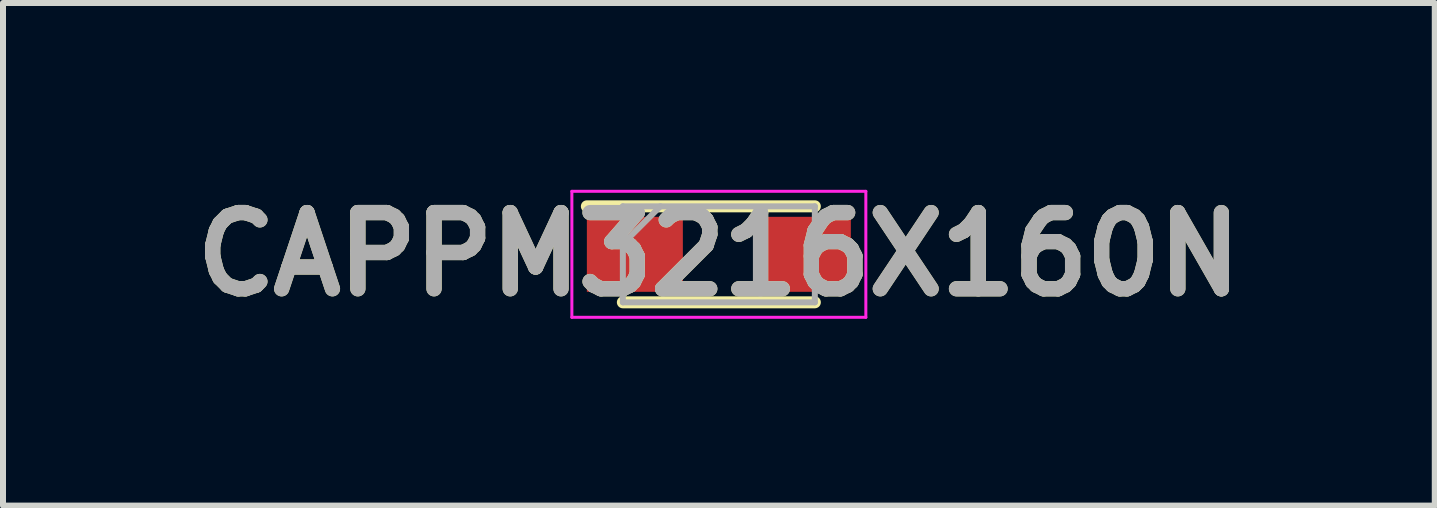
<source format=kicad_pcb>
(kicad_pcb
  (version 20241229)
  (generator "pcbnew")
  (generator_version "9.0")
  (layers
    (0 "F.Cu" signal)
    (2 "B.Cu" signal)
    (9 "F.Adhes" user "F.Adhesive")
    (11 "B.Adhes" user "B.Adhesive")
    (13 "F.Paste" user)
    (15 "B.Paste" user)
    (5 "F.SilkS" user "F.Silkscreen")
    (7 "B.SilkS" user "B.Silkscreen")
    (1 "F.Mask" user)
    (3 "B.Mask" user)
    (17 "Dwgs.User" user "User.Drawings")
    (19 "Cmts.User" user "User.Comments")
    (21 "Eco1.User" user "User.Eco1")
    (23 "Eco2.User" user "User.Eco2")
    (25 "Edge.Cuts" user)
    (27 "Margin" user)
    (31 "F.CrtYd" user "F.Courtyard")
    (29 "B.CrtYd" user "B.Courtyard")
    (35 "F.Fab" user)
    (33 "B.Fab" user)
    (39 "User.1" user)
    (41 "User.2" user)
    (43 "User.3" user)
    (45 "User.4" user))
  (footprint "CAPPM3216X160N"
    (layer "F.Cu")
    (at 8.932 1.189)
    (property "Reference" "CAPPM3216X160N" (at 0 0 0) (layer "F.SilkS") (effects (font (size 1.27 1.27) (thickness 0.254))))
    (attr smd)
    (fp_line (start -1.6 0.8) (end 1.6 0.8) (stroke (width 0.2) (type solid)) (layer "F.SilkS"))
    (fp_line (start 1.6 -0.8) (end -2.2 -0.8) (stroke (width 0.2) (type solid)) (layer "F.SilkS"))
    (fp_line (start -2.45 -1.05) (end 2.45 -1.05) (stroke (width 0.05) (type solid)) (layer "F.CrtYd"))
    (fp_line (start -2.45 1.05) (end -2.45 -1.05) (stroke (width 0.05) (type solid)) (layer "F.CrtYd"))
    (fp_line (start 2.45 -1.05) (end 2.45 1.05) (stroke (width 0.05) (type solid)) (layer "F.CrtYd"))
    (fp_line (start 2.45 1.05) (end -2.45 1.05) (stroke (width 0.05) (type solid)) (layer "F.CrtYd"))
    (fp_line (start -1.6 -0.8) (end 1.6 -0.8) (stroke (width 0.1) (type solid)) (layer "F.Fab"))
    (fp_line (start -1.6 -0.175) (end -0.975 -0.8) (stroke (width 0.1) (type solid)) (layer "F.Fab"))
    (fp_line (start -1.6 0.8) (end -1.6 -0.8) (stroke (width 0.1) (type solid)) (layer "F.Fab"))
    (fp_line (start 1.6 -0.8) (end 1.6 0.8) (stroke (width 0.1) (type solid)) (layer "F.Fab"))
    (fp_line (start 1.6 0.8) (end -1.6 0.8) (stroke (width 0.1) (type solid)) (layer "F.Fab"))
    (fp_text user "${REFERENCE}" (at 0 0 0) (layer "F.Fab") (effects (font (size 1.27 1.27) (thickness 0.254))))
    (pad "1" smd rect (at -1.4 0 90) (size 1.25 1.6) (layers "F.Cu" "F.Mask" "F.Paste"))
    (pad "2" smd rect (at 1.4 0 90) (size 1.25 1.6) (layers "F.Cu" "F.Mask" "F.Paste")))
  (gr_rect
    (start -3 -3)
    (end 20.865 5.377)
    (stroke (width 0.1) (type default))
    (fill no)
    (layer "Edge.Cuts")))
</source>
